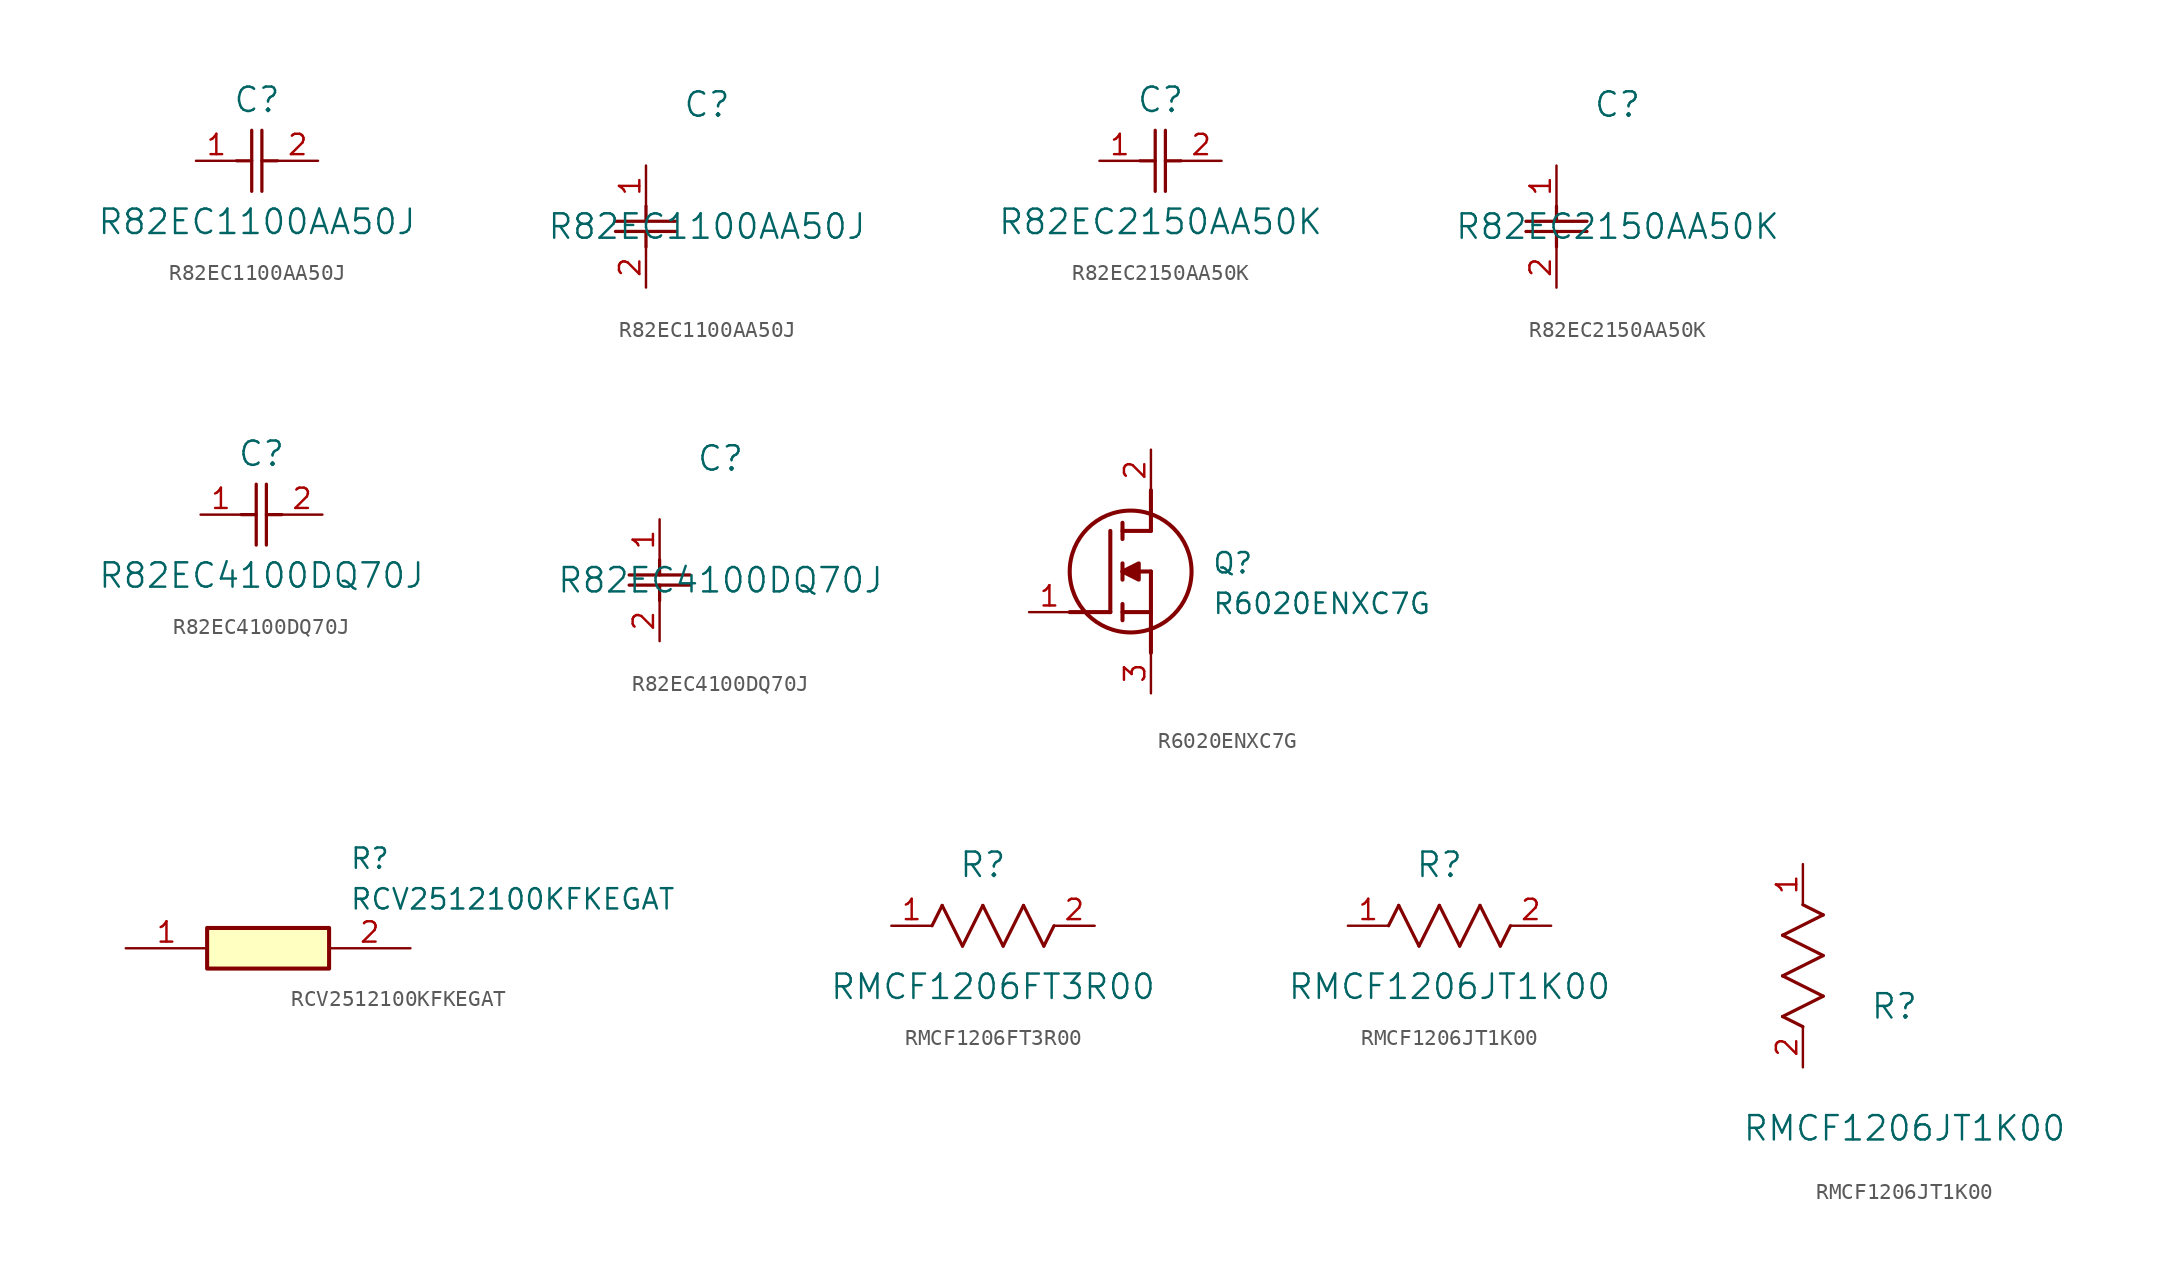
<source format=kicad_sym>
(kicad_symbol_lib
  (version 20241209)
  (generator "kicad_symbol_editor")
  (generator_version "9.0")
  (symbol "R82EC1100AA50J"
    (pin_names
      (offset 0.254))
    (property "Reference" "C"
      (at 3.81 3.81 0)
      (effects (font (size 1.524 1.524))))
    (property "Value" "R82EC1100AA50J"
      (at 3.81 -3.81 0)
      (effects (font (size 1.524 1.524))))
    (property "ki_locked" ""
      (at 0 0 0)
      (effects (font (size 1.27 1.27))))
    (symbol "R82EC1100AA50J_1_1"
      (polyline (pts (xy 2.54 0) (xy 3.48 0)) (stroke (width 0.203) (type default)) (fill (type none)))
      (polyline (pts (xy 3.48 -1.905) (xy 3.48 1.905)) (stroke (width 0.203) (type default)) (fill (type none)))
      (polyline (pts (xy 4.115 0) (xy 5.08 0)) (stroke (width 0.203) (type default)) (fill (type none)))
      (polyline (pts (xy 4.115 -1.905) (xy 4.115 1.905)) (stroke (width 0.203) (type default)) (fill (type none)))
      (pin unspecified line (at 0 0 0) (length 2.54) (name "" (effects (font (size 1.27 1.27)))) (number "1" (effects (font (size 1.27 1.27)))))
      (pin unspecified line (at 7.62 0 180) (length 2.54) (name "" (effects (font (size 1.27 1.27)))) (number "2" (effects (font (size 1.27 1.27))))))
    (symbol "R82EC1100AA50J_1_2"
      (polyline (pts (xy -1.905 -3.48) (xy 1.905 -3.48)) (stroke (width 0.203) (type default)) (fill (type none)))
      (polyline (pts (xy -1.905 -4.115) (xy 1.905 -4.115)) (stroke (width 0.203) (type default)) (fill (type none)))
      (polyline (pts (xy 0 -2.54) (xy 0 -3.48)) (stroke (width 0.203) (type default)) (fill (type none)))
      (polyline (pts (xy 0 -4.115) (xy 0 -5.08)) (stroke (width 0.203) (type default)) (fill (type none)))
      (pin unspecified line (at 0 0 270) (length 2.54) (name "" (effects (font (size 1.27 1.27)))) (number "1" (effects (font (size 1.27 1.27)))))
      (pin unspecified line (at 0 -7.62 90) (length 2.54) (name "" (effects (font (size 1.27 1.27)))) (number "2" (effects (font (size 1.27 1.27)))))))
  (symbol "R82EC2150AA50K"
    (pin_names
      (offset 0.254))
    (property "Reference" "C"
      (at 3.81 3.81 0)
      (effects (font (size 1.524 1.524))))
    (property "Value" "R82EC2150AA50K"
      (at 3.81 -3.81 0)
      (effects (font (size 1.524 1.524))))
    (property "ki_locked" ""
      (at 0 0 0)
      (effects (font (size 1.27 1.27))))
    (symbol "R82EC2150AA50K_1_1"
      (polyline (pts (xy 2.54 0) (xy 3.48 0)) (stroke (width 0.203) (type default)) (fill (type none)))
      (polyline (pts (xy 3.48 -1.905) (xy 3.48 1.905)) (stroke (width 0.203) (type default)) (fill (type none)))
      (polyline (pts (xy 4.115 0) (xy 5.08 0)) (stroke (width 0.203) (type default)) (fill (type none)))
      (polyline (pts (xy 4.115 -1.905) (xy 4.115 1.905)) (stroke (width 0.203) (type default)) (fill (type none)))
      (pin unspecified line (at 0 0 0) (length 2.54) (name "" (effects (font (size 1.27 1.27)))) (number "1" (effects (font (size 1.27 1.27)))))
      (pin unspecified line (at 7.62 0 180) (length 2.54) (name "" (effects (font (size 1.27 1.27)))) (number "2" (effects (font (size 1.27 1.27))))))
    (symbol "R82EC2150AA50K_1_2"
      (polyline (pts (xy -1.905 -3.48) (xy 1.905 -3.48)) (stroke (width 0.203) (type default)) (fill (type none)))
      (polyline (pts (xy -1.905 -4.115) (xy 1.905 -4.115)) (stroke (width 0.203) (type default)) (fill (type none)))
      (polyline (pts (xy 0 -2.54) (xy 0 -3.48)) (stroke (width 0.203) (type default)) (fill (type none)))
      (polyline (pts (xy 0 -4.115) (xy 0 -5.08)) (stroke (width 0.203) (type default)) (fill (type none)))
      (pin unspecified line (at 0 0 270) (length 2.54) (name "" (effects (font (size 1.27 1.27)))) (number "1" (effects (font (size 1.27 1.27)))))
      (pin unspecified line (at 0 -7.62 90) (length 2.54) (name "" (effects (font (size 1.27 1.27)))) (number "2" (effects (font (size 1.27 1.27)))))))
  (symbol "R82EC4100DQ70J"
    (pin_names
      (offset 0.254))
    (property "Reference" "C"
      (at 3.81 3.81 0)
      (effects (font (size 1.524 1.524))))
    (property "Value" "R82EC4100DQ70J"
      (at 3.81 -3.81 0)
      (effects (font (size 1.524 1.524))))
    (property "ki_locked" ""
      (at 0 0 0)
      (effects (font (size 1.27 1.27))))
    (symbol "R82EC4100DQ70J_1_1"
      (polyline (pts (xy 2.54 0) (xy 3.48 0)) (stroke (width 0.203) (type default)) (fill (type none)))
      (polyline (pts (xy 3.48 -1.905) (xy 3.48 1.905)) (stroke (width 0.203) (type default)) (fill (type none)))
      (polyline (pts (xy 4.115 0) (xy 5.08 0)) (stroke (width 0.203) (type default)) (fill (type none)))
      (polyline (pts (xy 4.115 -1.905) (xy 4.115 1.905)) (stroke (width 0.203) (type default)) (fill (type none)))
      (pin unspecified line (at 0 0 0) (length 2.54) (name "" (effects (font (size 1.27 1.27)))) (number "1" (effects (font (size 1.27 1.27)))))
      (pin unspecified line (at 7.62 0 180) (length 2.54) (name "" (effects (font (size 1.27 1.27)))) (number "2" (effects (font (size 1.27 1.27))))))
    (symbol "R82EC4100DQ70J_1_2"
      (polyline (pts (xy -1.905 -3.48) (xy 1.905 -3.48)) (stroke (width 0.203) (type default)) (fill (type none)))
      (polyline (pts (xy -1.905 -4.115) (xy 1.905 -4.115)) (stroke (width 0.203) (type default)) (fill (type none)))
      (polyline (pts (xy 0 -2.54) (xy 0 -3.48)) (stroke (width 0.203) (type default)) (fill (type none)))
      (polyline (pts (xy 0 -4.115) (xy 0 -5.08)) (stroke (width 0.203) (type default)) (fill (type none)))
      (pin unspecified line (at 0 0 270) (length 2.54) (name "" (effects (font (size 1.27 1.27)))) (number "1" (effects (font (size 1.27 1.27)))))
      (pin unspecified line (at 0 -7.62 90) (length 2.54) (name "" (effects (font (size 1.27 1.27)))) (number "2" (effects (font (size 1.27 1.27)))))))
  (symbol "R6020ENXC7G"
    (pin_names
      (hide yes))
    (property "Reference" "Q"
      (at 11.43 3.81 0)
      (effects (font (size 1.27 1.27)) (justify left top)))
    (property "Value" "R6020ENXC7G"
      (at 11.43 1.27 0)
      (effects (font (size 1.27 1.27)) (justify left top)))
    (symbol "R6020ENXC7G_1_1"
      (polyline (pts (xy 2.54 0) (xy 5.08 0)) (stroke (width 0.254) (type default)) (fill (type none)))
      (polyline (pts (xy 5.08 5.08) (xy 5.08 0)) (stroke (width 0.254) (type default)) (fill (type none)))
      (polyline (pts (xy 5.842 5.588) (xy 5.842 4.572)) (stroke (width 0.254) (type default)) (fill (type none)))
      (polyline (pts (xy 5.842 2.54) (xy 6.858 3.048) (xy 6.858 2.032) (xy 5.842 2.54)) (stroke (width 0.254) (type default)) (fill (type outline)))
      (polyline (pts (xy 5.842 2.032) (xy 5.842 3.048)) (stroke (width 0.254) (type default)) (fill (type none)))
      (polyline (pts (xy 5.842 0) (xy 7.62 0)) (stroke (width 0.254) (type default)) (fill (type none)))
      (polyline (pts (xy 5.842 -0.508) (xy 5.842 0.508)) (stroke (width 0.254) (type default)) (fill (type none)))
      (circle (center 6.35 2.54) (radius 3.81) (stroke (width 0.254) (type default)) (fill (type none)))
      (polyline (pts (xy 7.62 5.08) (xy 5.842 5.08)) (stroke (width 0.254) (type default)) (fill (type none)))
      (polyline (pts (xy 7.62 5.08) (xy 7.62 7.62)) (stroke (width 0.254) (type default)) (fill (type none)))
      (polyline (pts (xy 7.62 2.54) (xy 5.842 2.54)) (stroke (width 0.254) (type default)) (fill (type none)))
      (polyline (pts (xy 7.62 2.54) (xy 7.62 -2.54)) (stroke (width 0.254) (type default)) (fill (type none)))
      (pin passive line (at 0 0 0) (length 2.54) (name "G" (effects (font (size 1.27 1.27)))) (number "1" (effects (font (size 1.27 1.27)))))
      (pin passive line (at 7.62 10.16 270) (length 2.54) (name "D" (effects (font (size 1.27 1.27)))) (number "2" (effects (font (size 1.27 1.27)))))
      (pin passive line (at 7.62 -5.08 90) (length 2.54) (name "S" (effects (font (size 1.27 1.27)))) (number "3" (effects (font (size 1.27 1.27)))))))
  (symbol "RCV2512100KFKEGAT"
    (pin_names
      (hide yes))
    (property "Reference" "R"
      (at 13.97 6.35 0)
      (effects (font (size 1.27 1.27)) (justify left top)))
    (property "Value" "RCV2512100KFKEGAT"
      (at 13.97 3.81 0)
      (effects (font (size 1.27 1.27)) (justify left top)))
    (symbol "RCV2512100KFKEGAT_1_1"
      (rectangle (start 5.08 1.27) (end 12.7 -1.27) (stroke (width 0.254) (type default)) (fill (type background)))
      (pin passive line (at 0 0 0) (length 5.08) (name "1" (effects (font (size 1.27 1.27)))) (number "1" (effects (font (size 1.27 1.27)))))
      (pin passive line (at 17.78 0 180) (length 5.08) (name "2" (effects (font (size 1.27 1.27)))) (number "2" (effects (font (size 1.27 1.27)))))))
  (symbol "RMCF1206FT3R00"
    (pin_names
      (offset 0.254))
    (property "Reference" "R"
      (at 5.715 3.81 0)
      (effects (font (size 1.524 1.524))))
    (property "Value" "RMCF1206FT3R00"
      (at 6.35 -3.81 0)
      (effects (font (size 1.524 1.524))))
    (property "ki_locked" ""
      (at 0 0 0)
      (effects (font (size 1.27 1.27))))
    (symbol "RMCF1206FT3R00_0_1"
      (polyline (pts (xy 2.54 0) (xy 3.175 1.27)) (stroke (width 0.203) (type default)) (fill (type none)))
      (polyline (pts (xy 3.175 1.27) (xy 4.445 -1.27)) (stroke (width 0.203) (type default)) (fill (type none)))
      (polyline (pts (xy 4.445 -1.27) (xy 5.715 1.27)) (stroke (width 0.203) (type default)) (fill (type none)))
      (polyline (pts (xy 5.715 1.27) (xy 6.985 -1.27)) (stroke (width 0.203) (type default)) (fill (type none)))
      (polyline (pts (xy 6.985 -1.27) (xy 8.255 1.27)) (stroke (width 0.203) (type default)) (fill (type none)))
      (polyline (pts (xy 8.255 1.27) (xy 9.525 -1.27)) (stroke (width 0.203) (type default)) (fill (type none)))
      (polyline (pts (xy 9.525 -1.27) (xy 10.16 0)) (stroke (width 0.203) (type default)) (fill (type none)))
      (pin unspecified line (at 0 0 0) (length 2.54) (name "" (effects (font (size 1.27 1.27)))) (number "1" (effects (font (size 1.27 1.27)))))
      (pin unspecified line (at 12.7 0 180) (length 2.54) (name "" (effects (font (size 1.27 1.27)))) (number "2" (effects (font (size 1.27 1.27)))))))
  (symbol "RMCF1206JT1K00"
    (pin_names
      (offset 0.254))
    (property "Reference" "R"
      (at 5.715 3.81 0)
      (effects (font (size 1.524 1.524))))
    (property "Value" "RMCF1206JT1K00"
      (at 6.35 -3.81 0)
      (effects (font (size 1.524 1.524))))
    (property "ki_locked" ""
      (at 0 0 0)
      (effects (font (size 1.27 1.27))))
    (symbol "RMCF1206JT1K00_1_1"
      (polyline (pts (xy 2.54 0) (xy 3.175 1.27)) (stroke (width 0.203) (type default)) (fill (type none)))
      (polyline (pts (xy 3.175 1.27) (xy 4.445 -1.27)) (stroke (width 0.203) (type default)) (fill (type none)))
      (polyline (pts (xy 4.445 -1.27) (xy 5.715 1.27)) (stroke (width 0.203) (type default)) (fill (type none)))
      (polyline (pts (xy 5.715 1.27) (xy 6.985 -1.27)) (stroke (width 0.203) (type default)) (fill (type none)))
      (polyline (pts (xy 6.985 -1.27) (xy 8.255 1.27)) (stroke (width 0.203) (type default)) (fill (type none)))
      (polyline (pts (xy 8.255 1.27) (xy 9.525 -1.27)) (stroke (width 0.203) (type default)) (fill (type none)))
      (polyline (pts (xy 9.525 -1.27) (xy 10.16 0)) (stroke (width 0.203) (type default)) (fill (type none)))
      (pin unspecified line (at 0 0 0) (length 2.54) (name "" (effects (font (size 1.27 1.27)))) (number "1" (effects (font (size 1.27 1.27)))))
      (pin unspecified line (at 12.7 0 180) (length 2.54) (name "" (effects (font (size 1.27 1.27)))) (number "2" (effects (font (size 1.27 1.27))))))
    (symbol "RMCF1206JT1K00_1_2"
      (polyline (pts (xy -1.27 8.255) (xy 1.27 9.525)) (stroke (width 0.203) (type default)) (fill (type none)))
      (polyline (pts (xy -1.27 5.715) (xy 1.27 6.985)) (stroke (width 0.203) (type default)) (fill (type none)))
      (polyline (pts (xy -1.27 3.175) (xy 1.27 4.445)) (stroke (width 0.203) (type default)) (fill (type none)))
      (polyline (pts (xy 0 2.54) (xy -1.27 3.175)) (stroke (width 0.203) (type default)) (fill (type none)))
      (polyline (pts (xy 1.27 9.525) (xy 0 10.16)) (stroke (width 0.203) (type default)) (fill (type none)))
      (polyline (pts (xy 1.27 6.985) (xy -1.27 8.255)) (stroke (width 0.203) (type default)) (fill (type none)))
      (polyline (pts (xy 1.27 4.445) (xy -1.27 5.715)) (stroke (width 0.203) (type default)) (fill (type none)))
      (pin unspecified line (at 0 12.7 270) (length 2.54) (name "" (effects (font (size 1.27 1.27)))) (number "1" (effects (font (size 1.27 1.27)))))
      (pin unspecified line (at 0 0 90) (length 2.54) (name "" (effects (font (size 1.27 1.27)))) (number "2" (effects (font (size 1.27 1.27))))))))
</source>
